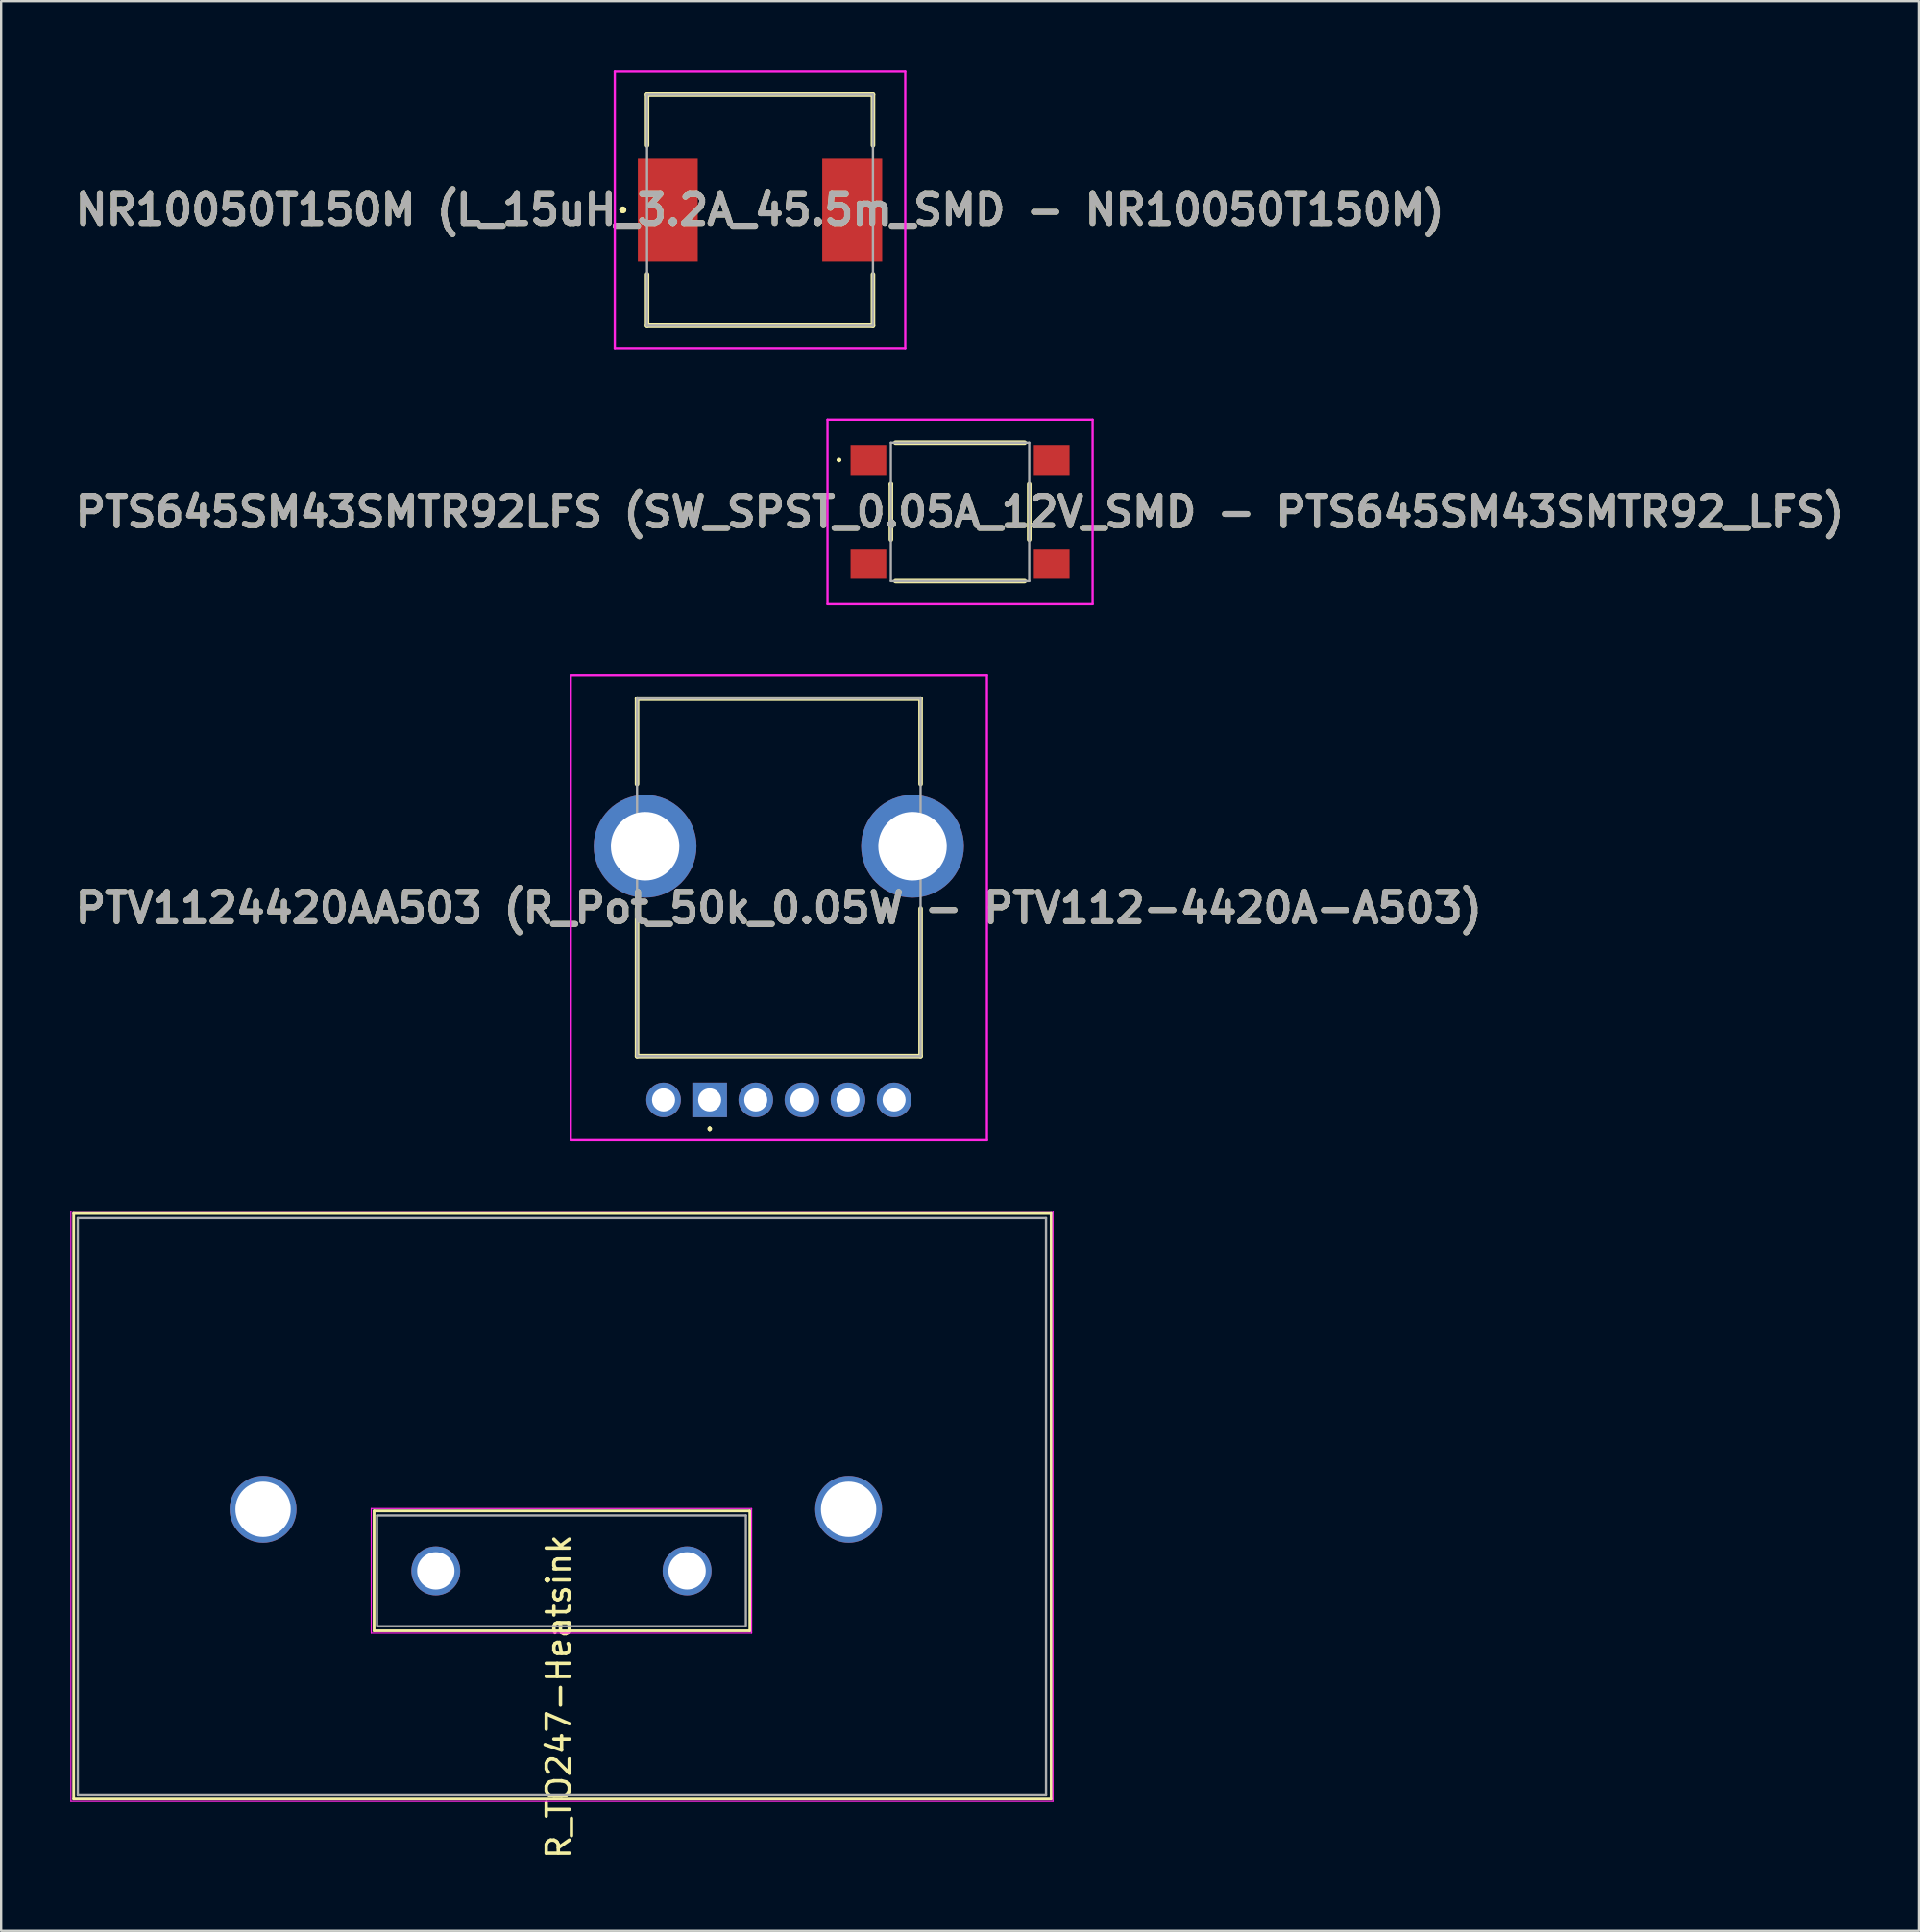
<source format=kicad_pcb>
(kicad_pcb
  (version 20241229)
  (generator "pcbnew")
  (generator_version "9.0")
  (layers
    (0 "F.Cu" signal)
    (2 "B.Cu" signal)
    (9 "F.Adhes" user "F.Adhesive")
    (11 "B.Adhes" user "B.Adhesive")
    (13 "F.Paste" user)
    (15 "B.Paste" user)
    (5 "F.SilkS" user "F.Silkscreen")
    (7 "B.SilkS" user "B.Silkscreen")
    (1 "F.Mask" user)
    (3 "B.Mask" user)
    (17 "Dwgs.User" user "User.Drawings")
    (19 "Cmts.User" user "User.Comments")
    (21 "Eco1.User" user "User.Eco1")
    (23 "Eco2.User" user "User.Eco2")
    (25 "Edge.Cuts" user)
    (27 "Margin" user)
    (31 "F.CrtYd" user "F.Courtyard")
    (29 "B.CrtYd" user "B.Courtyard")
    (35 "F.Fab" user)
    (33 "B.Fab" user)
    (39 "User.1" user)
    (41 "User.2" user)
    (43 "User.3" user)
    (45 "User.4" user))
  (footprint "NR10050T150M (L_15uH_3.2A_45.5m_SMD - NR10050T150M)"
    (layer "F.Cu")
    (at 29.918 6.05)
    (property "Reference" "NR10050T150M (L_15uH_3.2A_45.5m_SMD - NR10050T150M)" (at 0 0 0) (layer "F.SilkS") (effects (font (size 1.27 1.27) (thickness 0.254))))
    (attr smd)
    (fp_line (start -6 0) (end -6 0) (stroke (width 0.2) (type solid)) (layer "F.SilkS"))
    (fp_line (start -6 0) (end -6 0) (stroke (width 0.2) (type solid)) (layer "F.SilkS"))
    (fp_line (start -5.9 0) (end -5.9 0) (stroke (width 0.2) (type solid)) (layer "F.SilkS"))
    (fp_line (start -4.9 -5) (end 4.9 -5) (stroke (width 0.2) (type solid)) (layer "F.SilkS"))
    (fp_line (start -4.9 -2.8) (end -4.9 -5) (stroke (width 0.2) (type solid)) (layer "F.SilkS"))
    (fp_line (start -4.9 2.8) (end -4.9 5) (stroke (width 0.2) (type solid)) (layer "F.SilkS"))
    (fp_line (start -4.9 5) (end 4.9 5) (stroke (width 0.2) (type solid)) (layer "F.SilkS"))
    (fp_line (start 4.9 -5) (end 4.9 -2.8) (stroke (width 0.2) (type solid)) (layer "F.SilkS"))
    (fp_line (start 4.9 5) (end 4.9 2.8) (stroke (width 0.2) (type solid)) (layer "F.SilkS"))
    (fp_arc (start -6 0) (mid -5.95 -0.05) (end -5.9 0) (stroke (width 0.2) (type solid)) (layer "F.SilkS"))
    (fp_arc (start -5.9 0) (mid -5.95 0.05) (end -6 0) (stroke (width 0.2) (type solid)) (layer "F.SilkS"))
    (fp_arc (start -5.9 0) (mid -5.95 0.05) (end -6 0) (stroke (width 0.2) (type solid)) (layer "F.SilkS"))
    (fp_line (start -6.3 -6) (end 6.3 -6) (stroke (width 0.1) (type solid)) (layer "F.CrtYd"))
    (fp_line (start -6.3 6) (end -6.3 -6) (stroke (width 0.1) (type solid)) (layer "F.CrtYd"))
    (fp_line (start 6.3 -6) (end 6.3 6) (stroke (width 0.1) (type solid)) (layer "F.CrtYd"))
    (fp_line (start 6.3 6) (end -6.3 6) (stroke (width 0.1) (type solid)) (layer "F.CrtYd"))
    (fp_line (start -4.9 -5) (end -4.9 5) (stroke (width 0.1) (type solid)) (layer "F.Fab"))
    (fp_line (start -4.9 5) (end 4.9 5) (stroke (width 0.1) (type solid)) (layer "F.Fab"))
    (fp_line (start 4.9 -5) (end -4.9 -5) (stroke (width 0.1) (type solid)) (layer "F.Fab"))
    (fp_line (start 4.9 5) (end 4.9 -5) (stroke (width 0.1) (type solid)) (layer "F.Fab"))
    (fp_text user "${REFERENCE}" (at 0 0 0) (layer "F.Fab") (effects (font (size 1.27 1.27) (thickness 0.254))))
    (pad "1" smd rect (at -4 0) (size 2.6 4.5) (layers "F.Cu" "F.Mask" "F.Paste"))
    (pad "2" smd rect (at 4 0) (size 2.6 4.5) (layers "F.Cu" "F.Mask" "F.Paste")))
  (footprint "PTV1124420AA503 (R_Pot_50k_0.05W - PTV112-4420A-A503)"
    (layer "F.Cu")
    (at 27.734 44.65)
    (property "Reference" "PTV1124420AA503 (R_Pot_50k_0.05W - PTV112-4420A-A503)" (at 3 -8.325 0) (layer "F.SilkS") (effects (font (size 1.27 1.27) (thickness 0.254))))
    (attr through_hole)
    (fp_line (start -3.15 -17.4) (end 9.15 -17.4) (stroke (width 0.2) (type solid)) (layer "F.SilkS"))
    (fp_line (start -3.15 -13.7) (end -3.15 -17.4) (stroke (width 0.2) (type solid)) (layer "F.SilkS"))
    (fp_line (start -3.15 -8.3) (end -3.15 -1.9) (stroke (width 0.2) (type solid)) (layer "F.SilkS"))
    (fp_line (start -3.15 -1.9) (end 9.15 -1.9) (stroke (width 0.2) (type solid)) (layer "F.SilkS"))
    (fp_line (start 0 1.2) (end 0 1.2) (stroke (width 0.1) (type solid)) (layer "F.SilkS"))
    (fp_line (start 0 1.3) (end 0 1.3) (stroke (width 0.1) (type solid)) (layer "F.SilkS"))
    (fp_line (start 0 1.3) (end 0 1.3) (stroke (width 0.1) (type solid)) (layer "F.SilkS"))
    (fp_line (start 9.15 -17.4) (end 9.15 -13.7) (stroke (width 0.2) (type solid)) (layer "F.SilkS"))
    (fp_line (start 9.15 -1.9) (end 9.15 -8.3) (stroke (width 0.2) (type solid)) (layer "F.SilkS"))
    (fp_arc (start 0 1.2) (mid 0.05 1.25) (end 0 1.3) (stroke (width 0.1) (type solid)) (layer "F.SilkS"))
    (fp_arc (start 0 1.2) (mid 0.05 1.25) (end 0 1.3) (stroke (width 0.1) (type solid)) (layer "F.SilkS"))
    (fp_arc (start 0 1.3) (mid -0.05 1.25) (end 0 1.2) (stroke (width 0.1) (type solid)) (layer "F.SilkS"))
    (fp_line (start -6.027 -18.4) (end 12.027 -18.4) (stroke (width 0.1) (type solid)) (layer "F.CrtYd"))
    (fp_line (start -6.027 1.75) (end -6.027 -18.4) (stroke (width 0.1) (type solid)) (layer "F.CrtYd"))
    (fp_line (start 12.027 -18.4) (end 12.027 1.75) (stroke (width 0.1) (type solid)) (layer "F.CrtYd"))
    (fp_line (start 12.027 1.75) (end -6.027 1.75) (stroke (width 0.1) (type solid)) (layer "F.CrtYd"))
    (fp_line (start -3.15 -17.4) (end -3.15 -1.9) (stroke (width 0.1) (type solid)) (layer "F.Fab"))
    (fp_line (start -3.15 -1.9) (end 9.15 -1.9) (stroke (width 0.1) (type solid)) (layer "F.Fab"))
    (fp_line (start 9.15 -17.4) (end -3.15 -17.4) (stroke (width 0.1) (type solid)) (layer "F.Fab"))
    (fp_line (start 9.15 -1.9) (end 9.15 -17.4) (stroke (width 0.1) (type solid)) (layer "F.Fab"))
    (fp_text user "${REFERENCE}" (at 3 -8.325 0) (layer "F.Fab") (effects (font (size 1.27 1.27) (thickness 0.254))))
    (pad "1" thru_hole rect (at 0 0) (size 1.5 1.5) (drill 1) (layers "*.Cu" "*.Mask"))
    (pad "2" thru_hole circle (at -2 0) (size 1.5 1.5) (drill 1) (layers "*.Cu" "*.Mask"))
    (pad "3" thru_hole circle (at 8 0) (size 1.5 1.5) (drill 1) (layers "*.Cu" "*.Mask"))
    (pad "4" thru_hole circle (at -2.8 -11) (size 4.455 4.455) (drill 2.97) (layers "*.Cu" "*.Mask"))
    (pad "5" thru_hole circle (at 8.8 -11) (size 4.455 4.455) (drill 2.97) (layers "*.Cu" "*.Mask"))
    (pad "11" thru_hole circle (at 2 0) (size 1.5 1.5) (drill 1) (layers "*.Cu" "*.Mask"))
    (pad "21" thru_hole circle (at 4 0) (size 1.5 1.5) (drill 1) (layers "*.Cu" "*.Mask"))
    (pad "31" thru_hole circle (at 6 0) (size 1.5 1.5) (drill 1) (layers "*.Cu" "*.Mask")))
  (footprint "R_TO247-Heatsink"
    (layer "F.Cu")
    (at 15.855 65.075)
    (property "Reference" "R_TO247-Heatsink" (at 5.334 5.461 270) (layer "F.SilkS") (effects (font (size 1 1) (thickness 0.15))))
    (attr through_hole)
    (fp_line (start -15.708 -15.5) (end -15.708 9.9) (stroke (width 0.12) (type solid)) (layer "F.SilkS"))
    (fp_line (start -2.678 2.6) (end -2.678 -2.6) (stroke (width 0.12) (type solid)) (layer "F.SilkS"))
    (fp_line (start 13.622 -2.6) (end -2.678 -2.6) (stroke (width 0.12) (type solid)) (layer "F.SilkS"))
    (fp_line (start 13.622 2.6) (end -2.678 2.6) (stroke (width 0.12) (type solid)) (layer "F.SilkS"))
    (fp_line (start 13.622 2.6) (end 13.622 -2.6) (stroke (width 0.12) (type solid)) (layer "F.SilkS"))
    (fp_line (start 26.692 -15.5) (end -15.708 -15.5) (stroke (width 0.12) (type solid)) (layer "F.SilkS"))
    (fp_line (start 26.692 -15.5) (end 26.692 9.9) (stroke (width 0.12) (type solid)) (layer "F.SilkS"))
    (fp_line (start 26.692 9.9) (end -15.708 9.9) (stroke (width 0.12) (type solid)) (layer "F.SilkS"))
    (fp_line (start -15.83 -15.6) (end -15.83 10) (stroke (width 0.05) (type solid)) (layer "F.CrtYd"))
    (fp_line (start -15.83 -15.6) (end 26.77 -15.6) (stroke (width 0.05) (type solid)) (layer "F.CrtYd"))
    (fp_line (start -15.83 10) (end 26.77 10) (stroke (width 0.05) (type solid)) (layer "F.CrtYd"))
    (fp_line (start -2.8 -2.7) (end -2.8 2.7) (stroke (width 0.05) (type solid)) (layer "F.CrtYd"))
    (fp_line (start -2.8 -2.7) (end 13.7 -2.7) (stroke (width 0.05) (type solid)) (layer "F.CrtYd"))
    (fp_line (start 13.7 2.7) (end -2.8 2.7) (stroke (width 0.05) (type solid)) (layer "F.CrtYd"))
    (fp_line (start 13.7 2.7) (end 13.7 -2.7) (stroke (width 0.05) (type solid)) (layer "F.CrtYd"))
    (fp_line (start 26.77 10) (end 26.77 -15.6) (stroke (width 0.05) (type solid)) (layer "F.CrtYd"))
    (fp_line (start -15.53 -15.3) (end 26.47 -15.3) (stroke (width 0.1) (type solid)) (layer "F.Fab"))
    (fp_line (start -15.53 9.7) (end -15.53 -15.3) (stroke (width 0.1) (type solid)) (layer "F.Fab"))
    (fp_line (start -15.53 9.7) (end 26.47 9.7) (stroke (width 0.1) (type solid)) (layer "F.Fab"))
    (fp_line (start -2.55 -2.4) (end 13.45 -2.4) (stroke (width 0.1) (type solid)) (layer "F.Fab"))
    (fp_line (start -2.55 2.4) (end -2.55 -2.4) (stroke (width 0.1) (type solid)) (layer "F.Fab"))
    (fp_line (start -2.55 2.4) (end 13.45 2.4) (stroke (width 0.1) (type solid)) (layer "F.Fab"))
    (fp_line (start 13.45 2.4) (end 13.45 -2.4) (stroke (width 0.1) (type solid)) (layer "F.Fab"))
    (fp_line (start 26.47 9.7) (end 26.47 -15.3) (stroke (width 0.1) (type solid)) (layer "F.Fab"))
    (pad "1" thru_hole circle (at 0 0) (size 2.12 2.12) (drill 1.62) (layers "*.Cu" "*.Mask"))
    (pad "2" thru_hole circle (at 10.9 0) (size 2.12 2.12) (drill 1.62) (layers "*.Cu" "*.Mask"))
    (pad "4" thru_hole circle (at -7.493 -2.67) (size 2.9 2.9) (drill 2.4) (layers "*.Cu" "*.Mask"))
    (pad "5" thru_hole circle (at 17.907 -2.67) (size 2.9 2.9) (drill 2.4) (layers "*.Cu" "*.Mask")))
  (footprint "PTS645SM43SMTR92LFS (SW_SPST_0.05A_12V_SMD - PTS645SM43SMTR92_LFS)"
    (layer "F.Cu")
    (at 38.596 19.15)
    (property "Reference" "PTS645SM43SMTR92LFS (SW_SPST_0.05A_12V_SMD - PTS645SM43SMTR92_LFS)" (at 0 0 0) (layer "F.SilkS") (effects (font (size 1.27 1.27) (thickness 0.254))))
    (attr smd)
    (fp_line (start -5.3 -2.25) (end -5.3 -2.25) (stroke (width 0.1) (type solid)) (layer "F.SilkS"))
    (fp_line (start -5.2 -2.25) (end -5.2 -2.25) (stroke (width 0.1) (type solid)) (layer "F.SilkS"))
    (fp_line (start -3 -1.2) (end -3 -1.2) (stroke (width 0.2) (type solid)) (layer "F.SilkS"))
    (fp_line (start -3 -1.2) (end -3 1.2) (stroke (width 0.2) (type solid)) (layer "F.SilkS"))
    (fp_line (start -2.8 -3) (end 2.8 -3) (stroke (width 0.2) (type solid)) (layer "F.SilkS"))
    (fp_line (start -2.8 3) (end 2.8 3) (stroke (width 0.2) (type solid)) (layer "F.SilkS"))
    (fp_line (start 3 -1.2) (end 3 1.2) (stroke (width 0.2) (type solid)) (layer "F.SilkS"))
    (fp_arc (start -5.3 -2.25) (mid -5.25 -2.3) (end -5.2 -2.25) (stroke (width 0.1) (type solid)) (layer "F.SilkS"))
    (fp_arc (start -5.2 -2.25) (mid -5.25 -2.2) (end -5.3 -2.25) (stroke (width 0.1) (type solid)) (layer "F.SilkS"))
    (fp_line (start -5.75 -4) (end 5.75 -4) (stroke (width 0.1) (type solid)) (layer "F.CrtYd"))
    (fp_line (start -5.75 4) (end -5.75 -4) (stroke (width 0.1) (type solid)) (layer "F.CrtYd"))
    (fp_line (start 5.75 -4) (end 5.75 4) (stroke (width 0.1) (type solid)) (layer "F.CrtYd"))
    (fp_line (start 5.75 4) (end -5.75 4) (stroke (width 0.1) (type solid)) (layer "F.CrtYd"))
    (fp_line (start -3 -3) (end 3 -3) (stroke (width 0.1) (type solid)) (layer "F.Fab"))
    (fp_line (start -3 3) (end -3 -3) (stroke (width 0.1) (type solid)) (layer "F.Fab"))
    (fp_line (start 3 -3) (end 3 3) (stroke (width 0.1) (type solid)) (layer "F.Fab"))
    (fp_line (start 3 3) (end -3 3) (stroke (width 0.1) (type solid)) (layer "F.Fab"))
    (fp_text user "${REFERENCE}" (at 0 0 0) (layer "F.Fab") (effects (font (size 1.27 1.27) (thickness 0.254))))
    (pad "1" smd rect (at -3.975 -2.25 90) (size 1.3 1.55) (layers "F.Cu" "F.Mask" "F.Paste"))
    (pad "2" smd rect (at 3.975 -2.25 90) (size 1.3 1.55) (layers "F.Cu" "F.Mask" "F.Paste"))
    (pad "3" smd rect (at -3.975 2.25 90) (size 1.3 1.55) (layers "F.Cu" "F.Mask" "F.Paste"))
    (pad "4" smd rect (at 3.975 2.25 90) (size 1.3 1.55) (layers "F.Cu" "F.Mask" "F.Paste")))
  (gr_rect
    (start -3 -3)
    (end 80.192 80.685)
    (stroke (width 0.1) (type default))
    (fill no)
    (layer "Edge.Cuts")))
</source>
